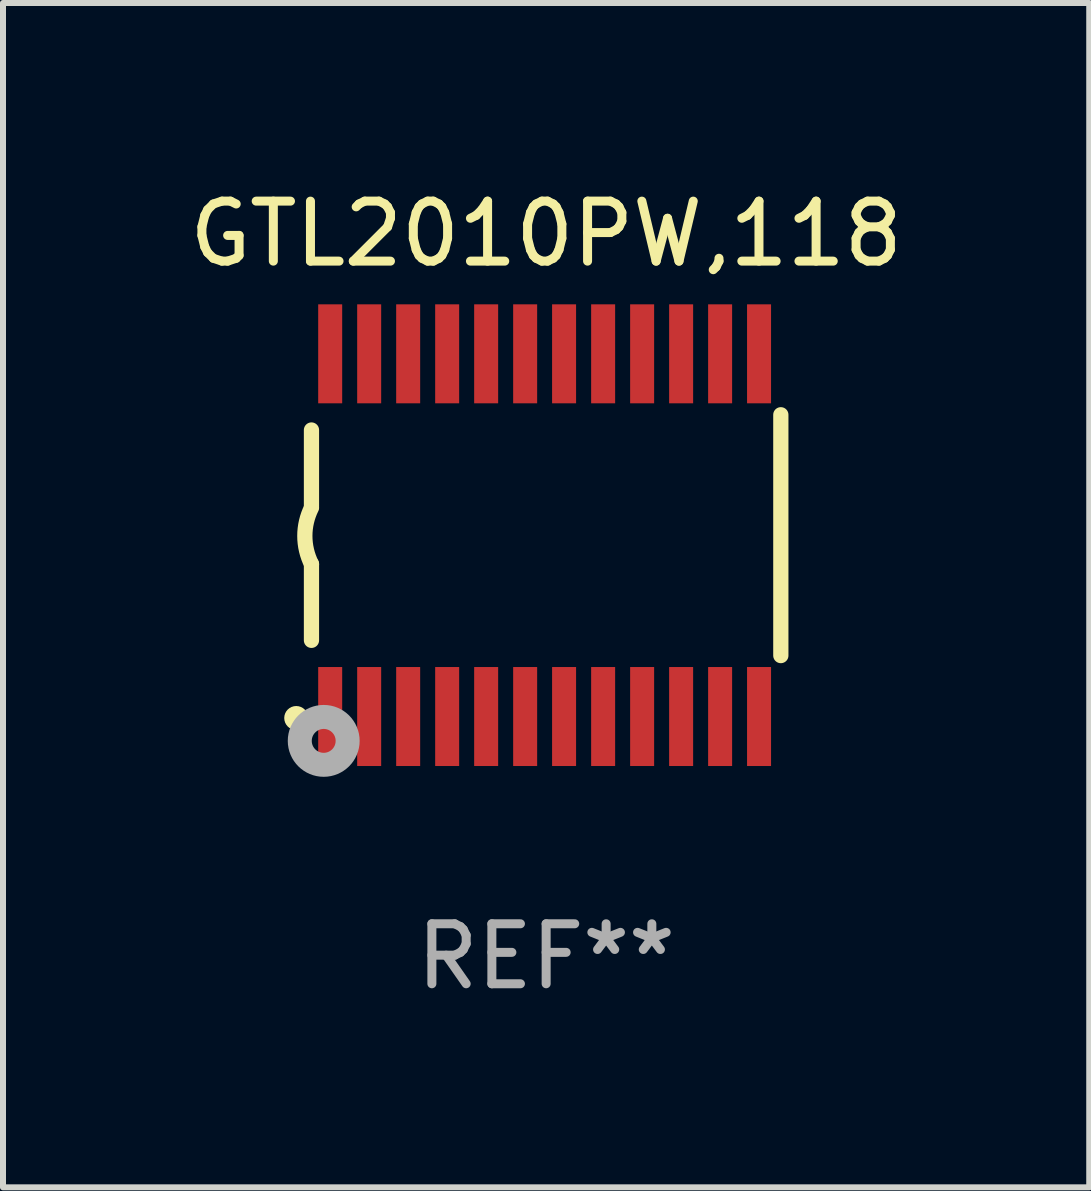
<source format=kicad_pcb>
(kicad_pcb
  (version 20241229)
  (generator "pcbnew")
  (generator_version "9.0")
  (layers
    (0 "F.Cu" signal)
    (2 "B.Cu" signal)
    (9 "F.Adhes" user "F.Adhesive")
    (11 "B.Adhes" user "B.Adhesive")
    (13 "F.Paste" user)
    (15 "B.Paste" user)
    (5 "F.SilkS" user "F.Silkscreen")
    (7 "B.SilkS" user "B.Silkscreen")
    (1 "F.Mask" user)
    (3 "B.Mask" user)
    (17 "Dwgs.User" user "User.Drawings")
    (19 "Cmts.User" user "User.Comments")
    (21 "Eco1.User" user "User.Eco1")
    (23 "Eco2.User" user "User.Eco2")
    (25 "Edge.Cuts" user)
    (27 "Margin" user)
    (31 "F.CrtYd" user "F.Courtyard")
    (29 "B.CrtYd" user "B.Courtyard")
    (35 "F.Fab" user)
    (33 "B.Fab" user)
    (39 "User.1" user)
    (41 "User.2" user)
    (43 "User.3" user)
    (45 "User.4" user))
  (footprint "GTL2010PW,118"
    (layer "F.Cu")
    (at 6.054 5.871)
    (property "Reference" "GTL2010PW,118" (at 0 -5.023 0) (layer "F.SilkS") (effects (font (size 1 1) (thickness 0.15))))
    (attr through_hole)
    (fp_line (start -3.912 -0.483) (end -3.912 -1.753) (stroke (width 0.254) (type solid)) (layer "F.SilkS"))
    (fp_line (start -3.912 1.753) (end -3.912 0.483) (stroke (width 0.254) (type solid)) (layer "F.SilkS"))
    (fp_line (start 3.912 -2.007) (end 3.912 2.007) (stroke (width 0.254) (type solid)) (layer "F.SilkS"))
    (fp_arc (start -3.911608 0.482601) (mid -4.022537 0.0127) (end -3.911608 -0.457201) (stroke (width 0.254001) (type solid)) (layer "F.SilkS"))
    (fp_circle (center -4.166 3.048) (end -4.066 3.048) (stroke (width 0.2) (type solid)) (fill no) (layer "F.SilkS"))
    (fp_circle (center -3.925 3.186) (end -3.895 3.186) (stroke (width 0.06) (type solid)) (fill no) (layer "F.SilkS"))
    (fp_circle (center -3.708 3.429) (end -3.509 3.429) (stroke (width 0.4) (type solid)) (fill no) (layer "F.Fab"))
    (fp_text user "REF**" (at 0 7.023 0) (layer "F.Fab") (effects (font (size 1 1) (thickness 0.15))))
    (pad "1" smd rect (at -3.6 3.023) (size 0.4 1.65) (layers "F.Cu" "F.Mask" "F.Paste"))
    (pad "2" smd rect (at -2.95 3.023) (size 0.4 1.65) (layers "F.Cu" "F.Mask" "F.Paste"))
    (pad "3" smd rect (at -2.3 3.023) (size 0.4 1.65) (layers "F.Cu" "F.Mask" "F.Paste"))
    (pad "4" smd rect (at -1.65 3.023) (size 0.4 1.65) (layers "F.Cu" "F.Mask" "F.Paste"))
    (pad "5" smd rect (at -1 3.023) (size 0.4 1.65) (layers "F.Cu" "F.Mask" "F.Paste"))
    (pad "6" smd rect (at -0.35 3.023) (size 0.4 1.65) (layers "F.Cu" "F.Mask" "F.Paste"))
    (pad "7" smd rect (at 0.299 3.023) (size 0.4 1.65) (layers "F.Cu" "F.Mask" "F.Paste"))
    (pad "8" smd rect (at 0.95 3.023) (size 0.4 1.65) (layers "F.Cu" "F.Mask" "F.Paste"))
    (pad "9" smd rect (at 1.6 3.023) (size 0.4 1.65) (layers "F.Cu" "F.Mask" "F.Paste"))
    (pad "10" smd rect (at 2.25 3.023) (size 0.4 1.65) (layers "F.Cu" "F.Mask" "F.Paste"))
    (pad "11" smd rect (at 2.9 3.023) (size 0.4 1.65) (layers "F.Cu" "F.Mask" "F.Paste"))
    (pad "12" smd rect (at 3.549 3.023) (size 0.4 1.65) (layers "F.Cu" "F.Mask" "F.Paste"))
    (pad "13" smd rect (at 3.549 -3.023) (size 0.4 1.65) (layers "F.Cu" "F.Mask" "F.Paste"))
    (pad "14" smd rect (at 2.9 -3.023) (size 0.4 1.65) (layers "F.Cu" "F.Mask" "F.Paste"))
    (pad "15" smd rect (at 2.25 -3.023) (size 0.4 1.65) (layers "F.Cu" "F.Mask" "F.Paste"))
    (pad "16" smd rect (at 1.6 -3.023) (size 0.4 1.65) (layers "F.Cu" "F.Mask" "F.Paste"))
    (pad "17" smd rect (at 0.95 -3.023) (size 0.4 1.65) (layers "F.Cu" "F.Mask" "F.Paste"))
    (pad "18" smd rect (at 0.299 -3.023) (size 0.4 1.65) (layers "F.Cu" "F.Mask" "F.Paste"))
    (pad "19" smd rect (at -0.35 -3.023) (size 0.4 1.65) (layers "F.Cu" "F.Mask" "F.Paste"))
    (pad "20" smd rect (at -1 -3.023) (size 0.4 1.65) (layers "F.Cu" "F.Mask" "F.Paste"))
    (pad "21" smd rect (at -1.65 -3.023) (size 0.4 1.65) (layers "F.Cu" "F.Mask" "F.Paste"))
    (pad "22" smd rect (at -2.3 -3.023) (size 0.4 1.65) (layers "F.Cu" "F.Mask" "F.Paste"))
    (pad "23" smd rect (at -2.95 -3.023) (size 0.4 1.65) (layers "F.Cu" "F.Mask" "F.Paste"))
    (pad "24" smd rect (at -3.6 -3.023) (size 0.4 1.65) (layers "F.Cu" "F.Mask" "F.Paste")))
  (gr_rect
    (start -3 -3)
    (end 15.107 16.742)
    (stroke (width 0.1) (type default))
    (fill no)
    (layer "Edge.Cuts")))
</source>
